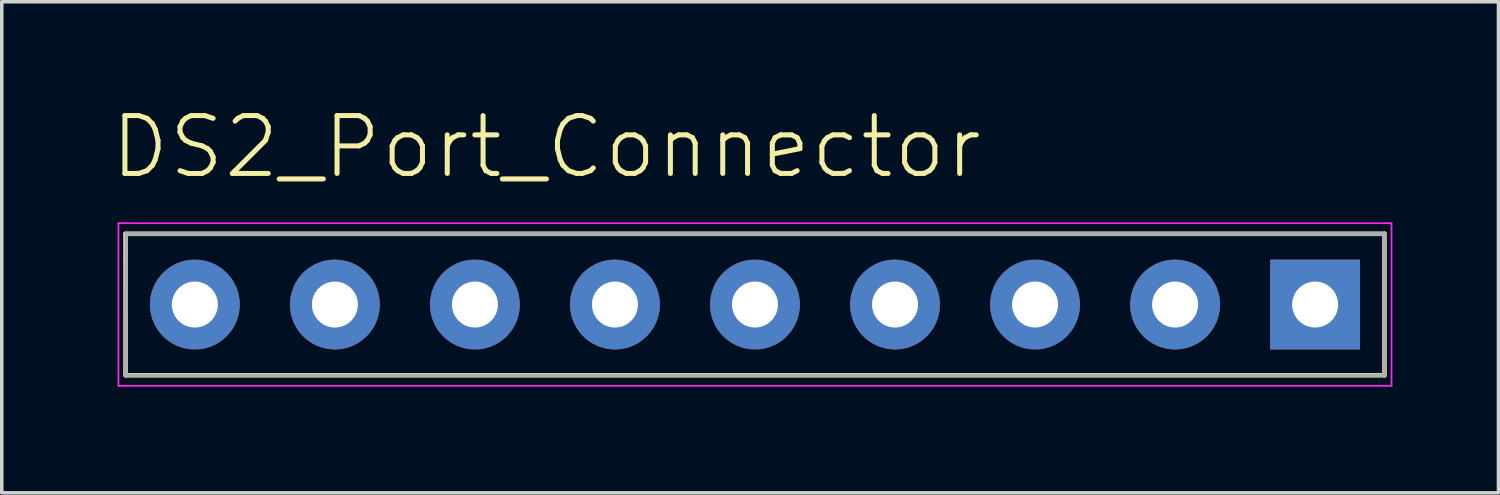
<source format=kicad_pcb>
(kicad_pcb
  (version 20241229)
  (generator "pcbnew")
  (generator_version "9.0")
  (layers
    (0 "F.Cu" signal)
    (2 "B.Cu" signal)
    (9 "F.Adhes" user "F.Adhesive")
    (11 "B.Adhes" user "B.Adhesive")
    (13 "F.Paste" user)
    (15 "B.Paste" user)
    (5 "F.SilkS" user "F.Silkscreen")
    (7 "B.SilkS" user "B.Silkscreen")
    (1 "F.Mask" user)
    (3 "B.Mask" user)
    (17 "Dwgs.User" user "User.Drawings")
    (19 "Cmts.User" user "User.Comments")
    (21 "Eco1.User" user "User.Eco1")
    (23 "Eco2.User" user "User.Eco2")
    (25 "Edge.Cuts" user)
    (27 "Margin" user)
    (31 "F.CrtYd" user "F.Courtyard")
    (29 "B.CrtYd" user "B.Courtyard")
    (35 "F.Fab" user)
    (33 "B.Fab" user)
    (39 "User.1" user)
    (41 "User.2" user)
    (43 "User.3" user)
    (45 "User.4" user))
  (footprint "DS2_Port_Connector"
    (layer "F.Cu")
    (at 18.3 5.562)
    (property "Reference" "DS2_Port_Connector" (at -18.3 -3.5 0) (layer "F.SilkS") (effects (font (size 1.636 1.636) (thickness 0.142)) (justify left bottom)))
    (fp_line (start -17.8 -2) (end 17.8 -2) (stroke (width 0.127) (type solid)) (layer "F.SilkS"))
    (fp_line (start -17.8 2) (end -17.8 -2) (stroke (width 0.127) (type solid)) (layer "F.SilkS"))
    (fp_line (start 17.8 -2) (end 17.8 2) (stroke (width 0.127) (type solid)) (layer "F.SilkS"))
    (fp_line (start 17.8 2) (end -17.8 2) (stroke (width 0.127) (type solid)) (layer "F.SilkS"))
    (fp_line (start -18 -2.3) (end 18 -2.3) (stroke (width 0.05) (type solid)) (layer "F.CrtYd"))
    (fp_line (start -18 2.3) (end -18 -2.3) (stroke (width 0.05) (type solid)) (layer "F.CrtYd"))
    (fp_line (start 18 -2.3) (end 18 2.3) (stroke (width 0.05) (type solid)) (layer "F.CrtYd"))
    (fp_line (start 18 2.3) (end -18 2.3) (stroke (width 0.05) (type solid)) (layer "F.CrtYd"))
    (fp_line (start -17.8 2) (end 17.8 2) (stroke (width 0.1) (type default)) (layer "F.Fab"))
    (fp_line (start -17.78 -2) (end -17.8 2) (stroke (width 0.1) (type default)) (layer "F.Fab"))
    (fp_line (start -17.78 -2) (end 17.8 -2) (stroke (width 0.127) (type solid)) (layer "F.Fab"))
    (fp_line (start 17.8 -2) (end 17.8 2) (stroke (width 0.127) (type solid)) (layer "F.Fab"))
    (pad "1" thru_hole rect (at 15.84 0) (size 2.54 2.54) (drill 1.3) (layers "*.Cu" "*.Mask"))
    (pad "2" thru_hole circle (at 11.88 0) (size 2.54 2.54) (drill 1.3) (layers "*.Cu" "*.Mask"))
    (pad "3" thru_hole circle (at 7.92 0) (size 2.54 2.54) (drill 1.3) (layers "*.Cu" "*.Mask"))
    (pad "4" thru_hole circle (at 3.96 0) (size 2.54 2.54) (drill 1.3) (layers "*.Cu" "*.Mask"))
    (pad "5" thru_hole circle (at 0 0) (size 2.54 2.54) (drill 1.3) (layers "*.Cu" "*.Mask"))
    (pad "6" thru_hole circle (at -3.96 0) (size 2.54 2.54) (drill 1.3) (layers "*.Cu" "*.Mask"))
    (pad "7" thru_hole circle (at -7.92 0) (size 2.54 2.54) (drill 1.3) (layers "*.Cu" "*.Mask"))
    (pad "8" thru_hole circle (at -11.88 0) (size 2.54 2.54) (drill 1.3) (layers "*.Cu" "*.Mask"))
    (pad "9" thru_hole circle (at -15.84 0 180) (size 2.54 2.54) (drill 1.3) (layers "*.Cu" "*.Mask")))
  (gr_rect
    (start -3 -3)
    (end 39.325 10.887)
    (stroke (width 0.1) (type default))
    (fill no)
    (layer "Edge.Cuts")))
</source>
